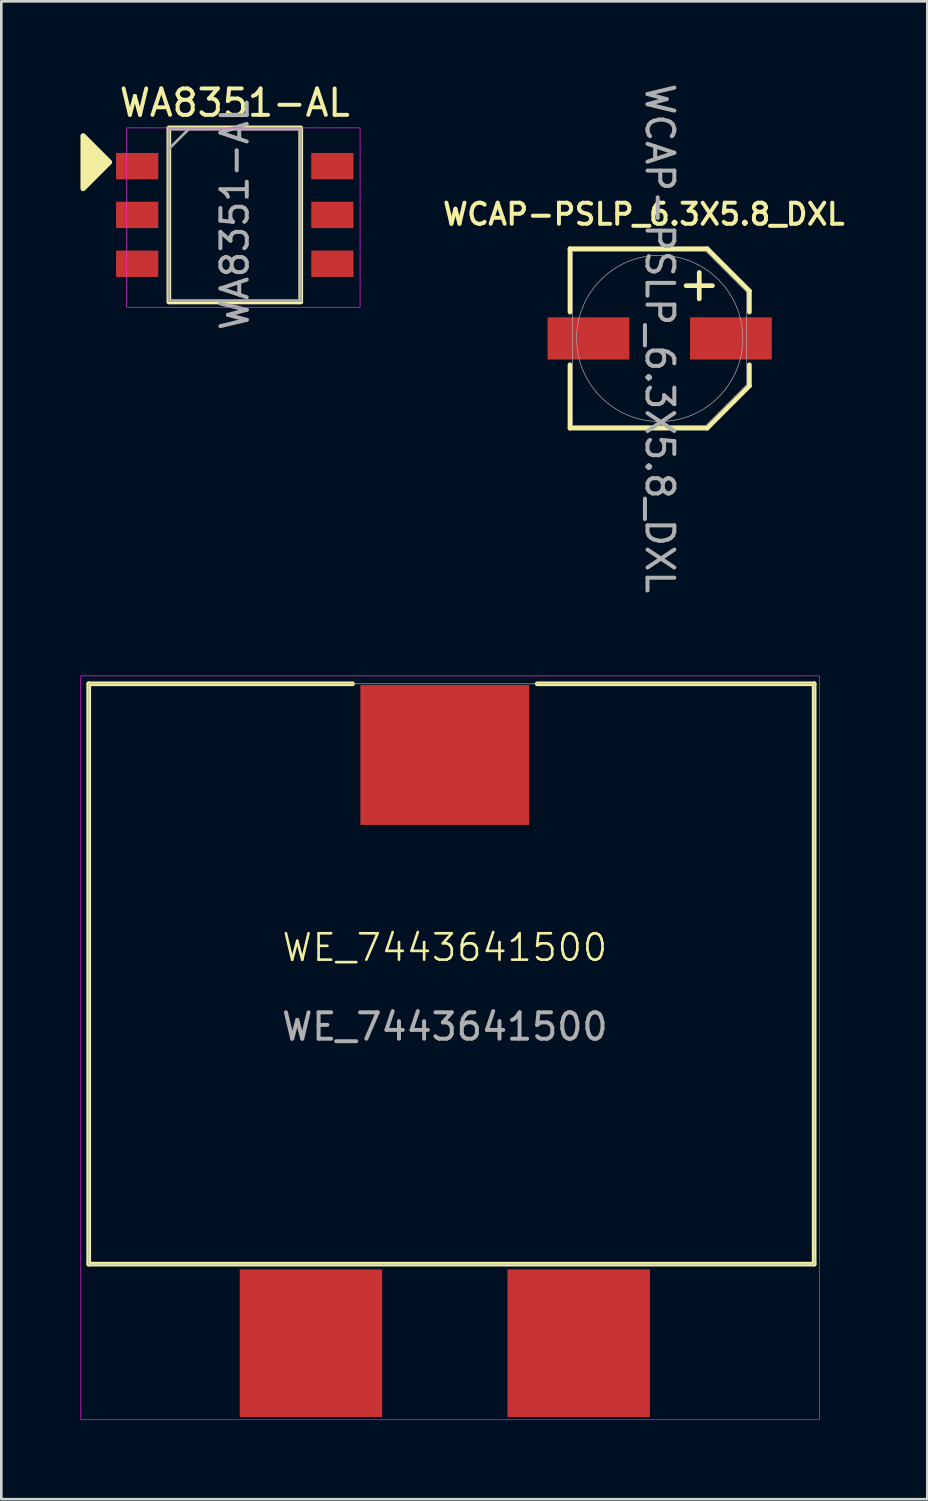
<source format=kicad_pcb>
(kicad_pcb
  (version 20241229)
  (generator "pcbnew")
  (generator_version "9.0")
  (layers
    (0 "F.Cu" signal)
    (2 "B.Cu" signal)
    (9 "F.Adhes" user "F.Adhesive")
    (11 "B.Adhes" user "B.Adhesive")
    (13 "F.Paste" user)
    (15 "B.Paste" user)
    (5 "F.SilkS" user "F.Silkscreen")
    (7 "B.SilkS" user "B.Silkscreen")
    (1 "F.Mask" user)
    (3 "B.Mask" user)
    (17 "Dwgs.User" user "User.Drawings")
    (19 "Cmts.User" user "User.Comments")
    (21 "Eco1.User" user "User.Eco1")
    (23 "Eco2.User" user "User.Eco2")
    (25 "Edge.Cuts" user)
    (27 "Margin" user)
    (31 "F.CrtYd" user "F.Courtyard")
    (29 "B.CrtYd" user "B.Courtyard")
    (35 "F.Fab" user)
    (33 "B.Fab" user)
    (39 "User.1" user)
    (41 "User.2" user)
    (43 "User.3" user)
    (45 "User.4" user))
  (footprint "WCAP-PSLP_6.3X5.8_DXL"
    (layer "F.Cu")
    (at 21.958 9.779)
    (property "Reference" "WCAP-PSLP_6.3X5.8_DXL" (at -0.6 -4.708 0) (layer "F.SilkS") (effects (font (size 0.8 0.8) (thickness 0.15))))
    (attr smd)
    (fp_line (start -3.4 -3.4) (end -3.4 -1) (stroke (width 0.178) (type solid)) (layer "F.SilkS"))
    (fp_line (start -3.4 -3.4) (end 1.8 -3.4) (stroke (width 0.178) (type solid)) (layer "F.SilkS"))
    (fp_line (start -3.4 3.4) (end -3.4 1) (stroke (width 0.178) (type solid)) (layer "F.SilkS"))
    (fp_line (start -3.4 3.4) (end 1.8 3.4) (stroke (width 0.178) (type solid)) (layer "F.SilkS"))
    (fp_line (start 1 -2) (end 2 -2) (stroke (width 0.178) (type solid)) (layer "F.SilkS"))
    (fp_line (start 1.5 -2.5) (end 1.5 -1.5) (stroke (width 0.178) (type solid)) (layer "F.SilkS"))
    (fp_line (start 1.8 -3.4) (end 3.4 -1.8) (stroke (width 0.178) (type solid)) (layer "F.SilkS"))
    (fp_line (start 1.8 3.4) (end 3.4 1.8) (stroke (width 0.178) (type solid)) (layer "F.SilkS"))
    (fp_line (start 3.4 -1.8) (end 3.4 -1) (stroke (width 0.178) (type solid)) (layer "F.SilkS"))
    (fp_line (start 3.4 1.8) (end 3.4 1) (stroke (width 0.178) (type solid)) (layer "F.SilkS"))
    (fp_line (start -3.3 -3.3) (end -3.3 3.3) (stroke (width 0.025) (type solid)) (layer "F.Fab"))
    (fp_line (start -3.3 3.3) (end 1.75 3.3) (stroke (width 0.025) (type solid)) (layer "F.Fab"))
    (fp_line (start 1.75 -3.3) (end -3.3 -3.3) (stroke (width 0.025) (type solid)) (layer "F.Fab"))
    (fp_line (start 1.75 3.3) (end 3.3 1.75) (stroke (width 0.025) (type solid)) (layer "F.Fab"))
    (fp_line (start 3.3 -1.75) (end 1.75 -3.3) (stroke (width 0.025) (type solid)) (layer "F.Fab"))
    (fp_line (start 3.3 1.75) (end 3.3 -1.75) (stroke (width 0.025) (type solid)) (layer "F.Fab"))
    (fp_circle (center 0 0) (end 3.15 0) (stroke (width 0.025) (type solid)) (fill no) (layer "F.Fab"))
    (fp_text user "${REFERENCE}" (at 0 0 270) (unlocked yes) (layer "F.Fab") (effects (font (size 1.016 1.016) (thickness 0.152))))
    (pad "N" smd rect (at -2.7 0) (size 3.1 1.6) (layers "F.Cu" "F.Mask" "F.Paste"))
    (pad "P" smd rect (at 2.7 0) (size 3.1 1.6) (layers "F.Cu" "F.Mask" "F.Paste")))
  (footprint "WE_7443641500"
    (layer "F.Cu")
    (at 13.813 33.371)
    (property "Reference" "WE_7443641500" (at 0 -0.5 0) (unlocked yes) (layer "F.SilkS") (effects (font (size 1 1) (thickness 0.1))))
    (attr smd)
    (fp_line (start -13.5 -10.5) (end -13.5 11.5) (stroke (width 0.178) (type default)) (layer "F.SilkS"))
    (fp_line (start -13.5 11.5) (end 14 11.5) (stroke (width 0.178) (type default)) (layer "F.SilkS"))
    (fp_line (start -3.5 -10.5) (end -13.5 -10.5) (stroke (width 0.178) (type default)) (layer "F.SilkS"))
    (fp_line (start 14 -10.5) (end 3.5 -10.5) (stroke (width 0.178) (type default)) (layer "F.SilkS"))
    (fp_line (start 14 11.5) (end 14 -10.5) (stroke (width 0.178) (type default)) (layer "F.SilkS"))
    (fp_rect (start -13.8 -10.8) (end 14.2 17.4) (stroke (width 0.025) (type default)) (fill no) (layer "F.CrtYd"))
    (fp_rect (start -13.5 -10.5) (end 14 11.5) (stroke (width 0.025) (type default)) (fill no) (layer "F.Fab"))
    (fp_text user "${REFERENCE}" (at 0 2.5 0) (unlocked yes) (layer "F.Fab") (effects (font (size 1 1) (thickness 0.15))))
    (pad "1" smd rect (at -5.075 14.5) (size 5.4 5.6) (layers "F.Cu" "F.Mask" "F.Paste"))
    (pad "2" smd rect (at 5.075 14.5) (size 5.4 5.6) (layers "F.Cu" "F.Mask" "F.Paste"))
    (pad "3" smd rect (at 0 -7.8) (size 6.4 5.3) (layers "F.Cu" "F.Mask" "F.Paste")))
  (footprint "WA8351-AL"
    (layer "F.Cu")
    (at 5.85 5.098)
    (property "Reference" "WA8351-AL" (at 0 -4.25 0) (unlocked yes) (layer "F.SilkS") (effects (font (size 1 1) (thickness 0.15))))
    (attr smd)
    (fp_rect (start -2.5 -3.3) (end 2.5 3.3) (stroke (width 0.178) (type solid)) (fill no) (layer "F.SilkS"))
    (fp_poly (pts (xy -4.75 -2) (xy -5.75 -1) (xy -5.75 -3)) (stroke (width 0.2) (type solid)) (fill yes) (layer "F.SilkS"))
    (fp_rect (start -4.1 -3.3) (end 4.75 3.5) (stroke (width 0.025) (type solid)) (fill no) (layer "F.CrtYd"))
    (fp_line (start -2.5 -2.5) (end -1.75 -3.25) (stroke (width 0.1) (type solid)) (layer "F.Fab"))
    (fp_rect (start -2.5 -3.25) (end 2.5 3.25) (stroke (width 0.1) (type solid)) (fill no) (layer "F.Fab"))
    (fp_text user "${REFERENCE}" (at 0 0 90) (unlocked yes) (layer "F.Fab") (effects (font (size 1 1) (thickness 0.15))))
    (pad "1" smd rect (at -3.7 -1.85) (size 1.6 1) (layers "F.Cu" "F.Mask" "F.Paste"))
    (pad "2" smd rect (at -3.7 0) (size 1.6 1) (layers "F.Cu" "F.Mask" "F.Paste"))
    (pad "3" smd rect (at -3.7 1.85) (size 1.6 1) (layers "F.Cu" "F.Mask" "F.Paste"))
    (pad "4" smd rect (at 3.7 1.85) (size 1.6 1) (layers "F.Cu" "F.Mask" "F.Paste"))
    (pad "5" smd rect (at 3.7 0) (size 1.6 1) (layers "F.Cu" "F.Mask" "F.Paste"))
    (pad "6" smd rect (at 3.7 -1.85) (size 1.6 1) (layers "F.Cu" "F.Mask" "F.Paste")))
  (gr_rect
    (start -3 -3)
    (end 32.103 53.783)
    (stroke (width 0.1) (type default))
    (fill no)
    (layer "Edge.Cuts")))
</source>
